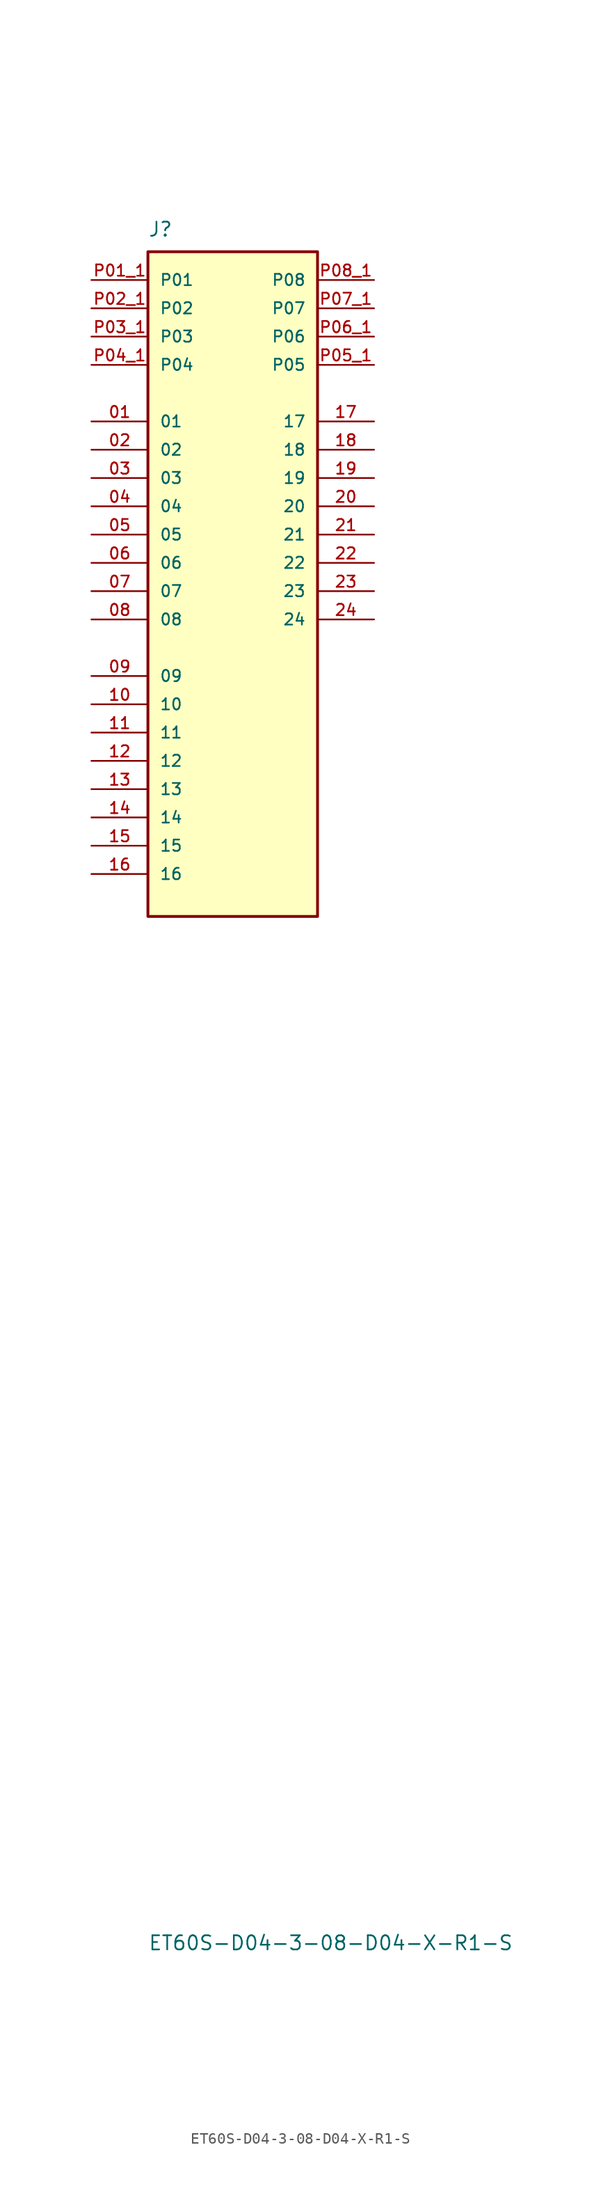
<source format=kicad_sym>
(kicad_symbol_lib
  (version 20231120)
  (generator "kicad_symbol_editor")
  (generator_version "8.0")
  (symbol "ET60S-D04-3-08-D04-X-R1-S"
    (pin_names
      (offset 1.016))
    (property "Reference" "J"
      (at -7.62 29.21 0)
      (effects (font (size 1.27 1.27)) (justify left bottom)))
    (property "Value" "ET60S-D04-3-08-D04-X-R1-S"
      (at -7.62 -123.19 0)
      (effects (font (size 1.27 1.27)) (justify left top)))
    (symbol "ET60S-D04-3-08-D04-X-R1-S_0_0"
      (rectangle (start -7.62 27.94) (end 7.62 -31.75) (stroke (width 0.254) (type default)) (fill (type background)))
      (pin passive line (at -12.7 12.7 0) (length 5.08) (name "01" (effects (font (size 1.016 1.016)))) (number "01" (effects (font (size 1.016 1.016)))))
      (pin passive line (at -12.7 10.16 0) (length 5.08) (name "02" (effects (font (size 1.016 1.016)))) (number "02" (effects (font (size 1.016 1.016)))))
      (pin passive line (at -12.7 7.62 0) (length 5.08) (name "03" (effects (font (size 1.016 1.016)))) (number "03" (effects (font (size 1.016 1.016)))))
      (pin passive line (at -12.7 5.08 0) (length 5.08) (name "04" (effects (font (size 1.016 1.016)))) (number "04" (effects (font (size 1.016 1.016)))))
      (pin passive line (at -12.7 -10.16 0) (length 5.08) (name "09" (effects (font (size 1.016 1.016)))) (number "09" (effects (font (size 1.016 1.016)))))
      (pin passive line (at -12.7 -12.7 0) (length 5.08) (name "10" (effects (font (size 1.016 1.016)))) (number "10" (effects (font (size 1.016 1.016)))))
      (pin passive line (at -12.7 -15.24 0) (length 5.08) (name "11" (effects (font (size 1.016 1.016)))) (number "11" (effects (font (size 1.016 1.016)))))
      (pin passive line (at -12.7 -17.78 0) (length 5.08) (name "12" (effects (font (size 1.016 1.016)))) (number "12" (effects (font (size 1.016 1.016)))))
      (pin passive line (at -12.7 -20.32 0) (length 5.08) (name "13" (effects (font (size 1.016 1.016)))) (number "13" (effects (font (size 1.016 1.016)))))
      (pin passive line (at -12.7 -22.86 0) (length 5.08) (name "14" (effects (font (size 1.016 1.016)))) (number "14" (effects (font (size 1.016 1.016)))))
      (pin passive line (at -12.7 -25.4 0) (length 5.08) (name "15" (effects (font (size 1.016 1.016)))) (number "15" (effects (font (size 1.016 1.016)))))
      (pin passive line (at -12.7 -27.94 0) (length 5.08) (name "16" (effects (font (size 1.016 1.016)))) (number "16" (effects (font (size 1.016 1.016)))))
      (pin passive line (at 12.7 12.7 180) (length 5.08) (name "17" (effects (font (size 1.016 1.016)))) (number "17" (effects (font (size 1.016 1.016)))))
      (pin passive line (at 12.7 10.16 180) (length 5.08) (name "18" (effects (font (size 1.016 1.016)))) (number "18" (effects (font (size 1.016 1.016)))))
      (pin passive line (at 12.7 7.62 180) (length 5.08) (name "19" (effects (font (size 1.016 1.016)))) (number "19" (effects (font (size 1.016 1.016)))))
      (pin passive line (at 12.7 0 180) (length 5.08) (name "22" (effects (font (size 1.016 1.016)))) (number "22" (effects (font (size 1.016 1.016)))))
      (pin passive line (at 12.7 -2.54 180) (length 5.08) (name "23" (effects (font (size 1.016 1.016)))) (number "23" (effects (font (size 1.016 1.016)))))
      (pin passive line (at 12.7 -5.08 180) (length 5.08) (name "24" (effects (font (size 1.016 1.016)))) (number "24" (effects (font (size 1.016 1.016))))))
    (symbol "ET60S-D04-3-08-D04-X-R1-S_1_0"
      (pin power_in line (at -12.7 2.54 0) (length 5.08) (name "05" (effects (font (size 1.016 1.016)))) (number "05" (effects (font (size 1.016 1.016)))))
      (pin power_in line (at -12.7 0 0) (length 5.08) (name "06" (effects (font (size 1.016 1.016)))) (number "06" (effects (font (size 1.016 1.016)))))
      (pin power_in line (at -12.7 -2.54 0) (length 5.08) (name "07" (effects (font (size 1.016 1.016)))) (number "07" (effects (font (size 1.016 1.016)))))
      (pin power_in line (at -12.7 -5.08 0) (length 5.08) (name "08" (effects (font (size 1.016 1.016)))) (number "08" (effects (font (size 1.016 1.016)))))
      (pin power_out line (at 12.7 5.08 180) (length 5.08) (name "20" (effects (font (size 1.016 1.016)))) (number "20" (effects (font (size 1.016 1.016)))))
      (pin power_out line (at 12.7 2.54 180) (length 5.08) (name "21" (effects (font (size 1.016 1.016)))) (number "21" (effects (font (size 1.016 1.016)))))
      (pin power_in line (at -12.7 25.4 0) (length 5.08) (name "P01" (effects (font (size 1.016 1.016)))) (number "P01_1" (effects (font (size 1.016 1.016)))))
      (pin power_in line (at -12.7 22.86 0) (length 5.08) (name "P02" (effects (font (size 1.016 1.016)))) (number "P02_1" (effects (font (size 1.016 1.016)))))
      (pin power_in line (at -12.7 20.32 0) (length 5.08) (name "P03" (effects (font (size 1.016 1.016)))) (number "P03_1" (effects (font (size 1.016 1.016)))))
      (pin power_in line (at -12.7 17.78 0) (length 5.08) (name "P04" (effects (font (size 1.016 1.016)))) (number "P04_1" (effects (font (size 1.016 1.016)))))
      (pin power_out line (at 12.7 17.78 180) (length 5.08) (name "P05" (effects (font (size 1.016 1.016)))) (number "P05_1" (effects (font (size 1.016 1.016)))))
      (pin power_out line (at 12.7 20.32 180) (length 5.08) (name "P06" (effects (font (size 1.016 1.016)))) (number "P06_1" (effects (font (size 1.016 1.016)))))
      (pin power_out line (at 12.7 22.86 180) (length 5.08) (name "P07" (effects (font (size 1.016 1.016)))) (number "P07_1" (effects (font (size 1.016 1.016)))))
      (pin power_out line (at 12.7 25.4 180) (length 5.08) (name "P08" (effects (font (size 1.016 1.016)))) (number "P08_1" (effects (font (size 1.016 1.016))))))))
</source>
